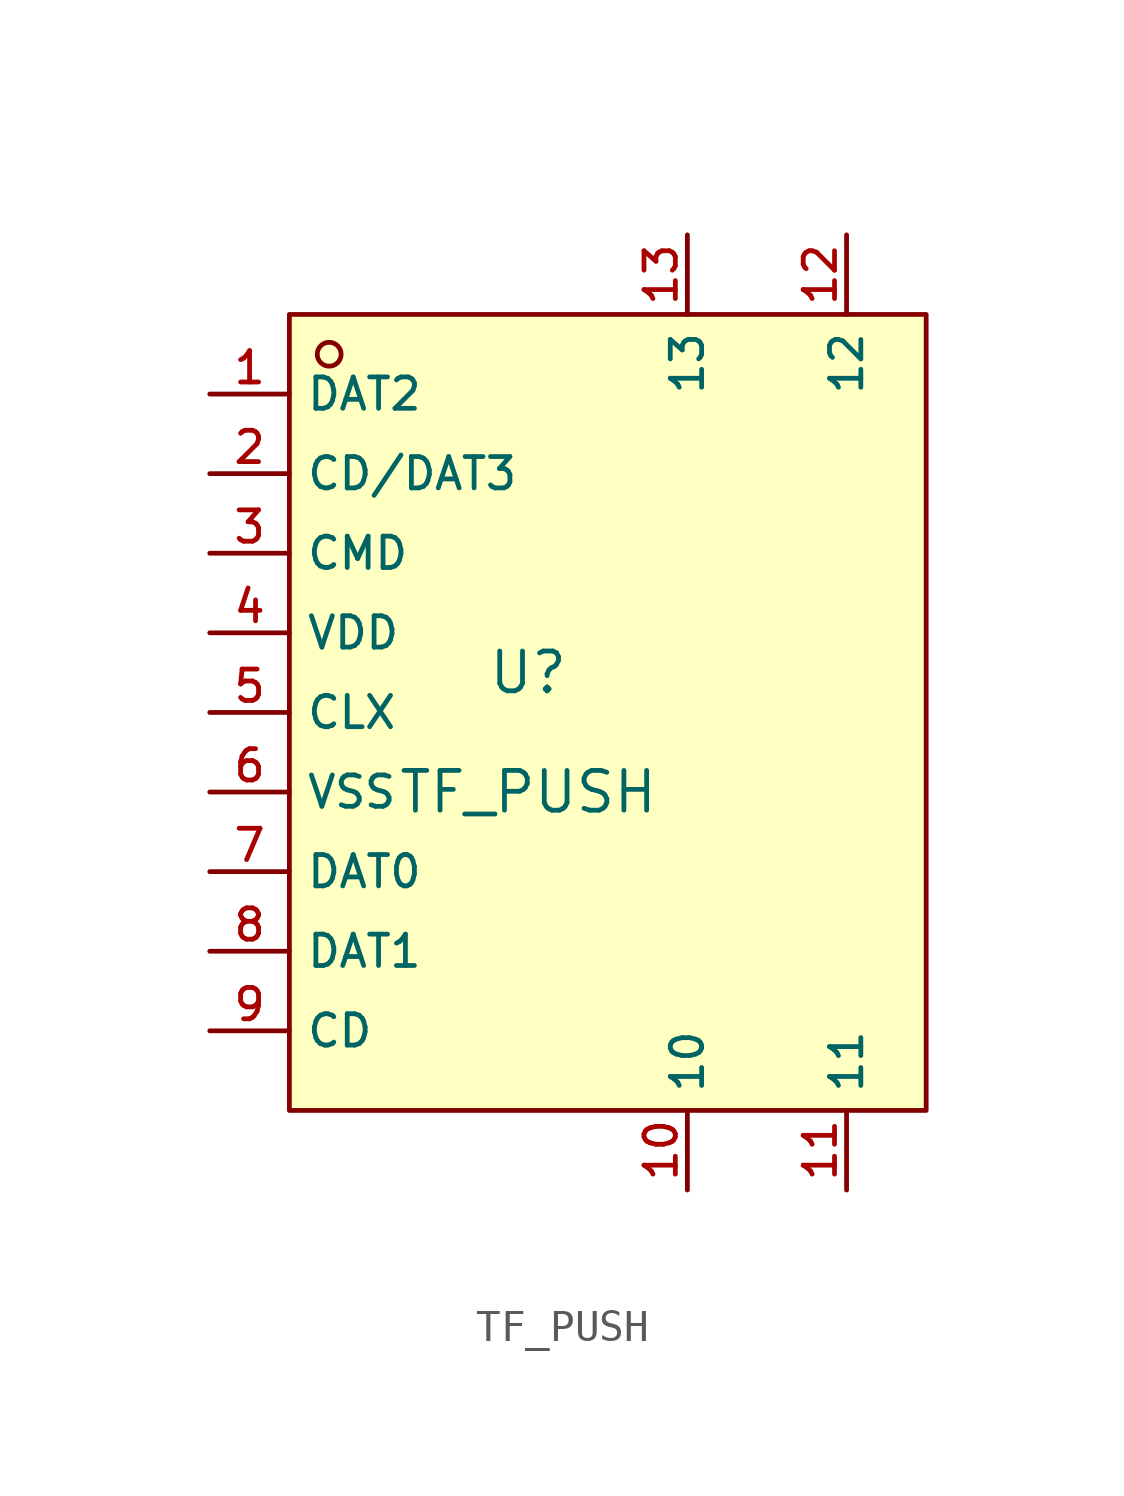
<source format=kicad_sym>
(kicad_symbol_lib
  (version 20210201)
  (generator TousstNicolas/JLC2KiCad_lib)
  (symbol "TF_PUSH"
    (property "Reference" "U"
      (at 0 1.27 0)
      (effects (font (size 1.27 1.27))))
    (property "Value" "TF_PUSH"
      (at 0 -2.54 0)
      (effects (font (size 1.27 1.27))))
    (symbol "TF_PUSH_0_1"
      (rectangle (start -7.62 12.7) (end 12.7 -12.7) (stroke (width 0) (type default) (color 0 0 0 0)) (fill (type background)))
      (circle (center -6.35 11.43) (radius 0.381) (stroke (width 0) (type default) (color 0 0 0 0)) (fill (type background)))
      (pin unspecified line (at -10.16 10.16 0) (length 2.54) (name "DAT2" (effects (font (size 1 1)))) (number "1" (effects (font (size 1 1)))))
      (pin unspecified line (at -10.16 7.62 0) (length 2.54) (name "CD/DAT3" (effects (font (size 1 1)))) (number "2" (effects (font (size 1 1)))))
      (pin unspecified line (at -10.16 5.08 0) (length 2.54) (name "CMD" (effects (font (size 1 1)))) (number "3" (effects (font (size 1 1)))))
      (pin unspecified line (at -10.16 2.54 0) (length 2.54) (name "VDD" (effects (font (size 1 1)))) (number "4" (effects (font (size 1 1)))))
      (pin unspecified line (at -10.16 -0.0 0) (length 2.54) (name "CLX" (effects (font (size 1 1)))) (number "5" (effects (font (size 1 1)))))
      (pin unspecified line (at -10.16 -2.54 0) (length 2.54) (name "VSS" (effects (font (size 1 1)))) (number "6" (effects (font (size 1 1)))))
      (pin unspecified line (at -10.16 -5.08 0) (length 2.54) (name "DAT0" (effects (font (size 1 1)))) (number "7" (effects (font (size 1 1)))))
      (pin unspecified line (at -10.16 -7.62 0) (length 2.54) (name "DAT1" (effects (font (size 1 1)))) (number "8" (effects (font (size 1 1)))))
      (pin unspecified line (at -10.16 -10.16 0) (length 2.54) (name "CD" (effects (font (size 1 1)))) (number "9" (effects (font (size 1 1)))))
      (pin unspecified line (at 5.08 -15.24 90) (length 2.54) (name "10" (effects (font (size 1 1)))) (number "10" (effects (font (size 1 1)))))
      (pin unspecified line (at 10.16 -15.24 90) (length 2.54) (name "11" (effects (font (size 1 1)))) (number "11" (effects (font (size 1 1)))))
      (pin unspecified line (at 10.16 15.24 270) (length 2.54) (name "12" (effects (font (size 1 1)))) (number "12" (effects (font (size 1 1)))))
      (pin unspecified line (at 5.08 15.24 270) (length 2.54) (name "13" (effects (font (size 1 1)))) (number "13" (effects (font (size 1 1))))))))
</source>
